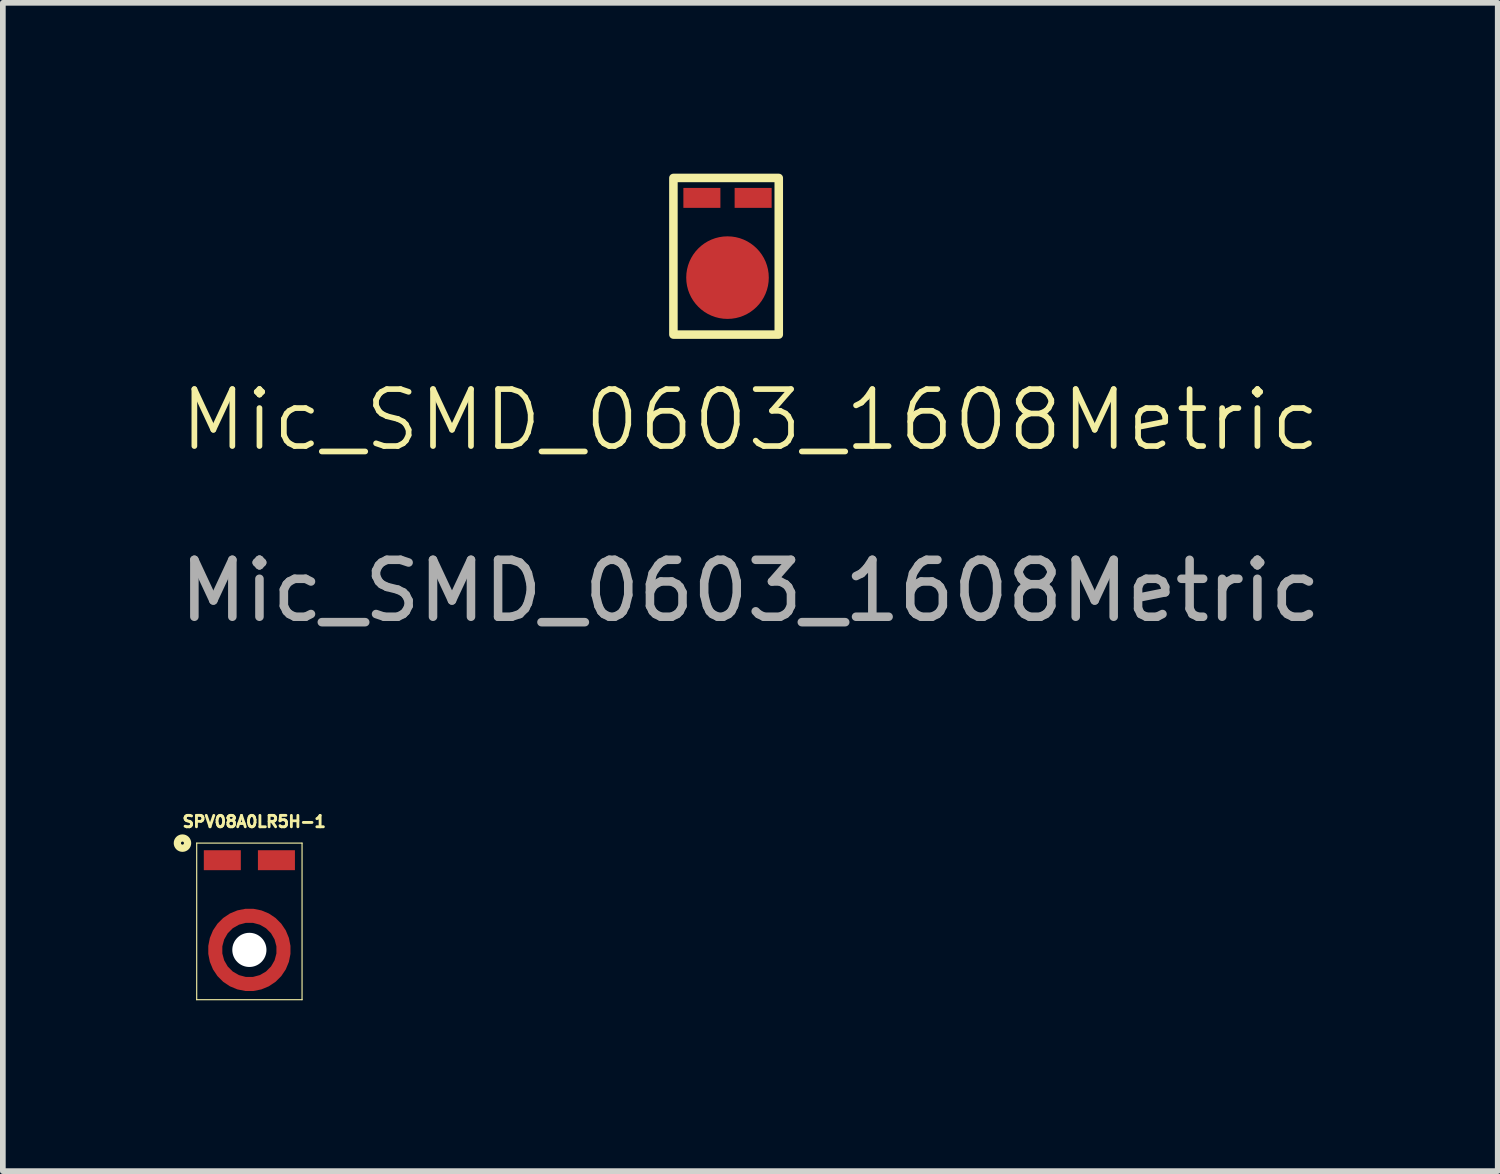
<source format=kicad_pcb>
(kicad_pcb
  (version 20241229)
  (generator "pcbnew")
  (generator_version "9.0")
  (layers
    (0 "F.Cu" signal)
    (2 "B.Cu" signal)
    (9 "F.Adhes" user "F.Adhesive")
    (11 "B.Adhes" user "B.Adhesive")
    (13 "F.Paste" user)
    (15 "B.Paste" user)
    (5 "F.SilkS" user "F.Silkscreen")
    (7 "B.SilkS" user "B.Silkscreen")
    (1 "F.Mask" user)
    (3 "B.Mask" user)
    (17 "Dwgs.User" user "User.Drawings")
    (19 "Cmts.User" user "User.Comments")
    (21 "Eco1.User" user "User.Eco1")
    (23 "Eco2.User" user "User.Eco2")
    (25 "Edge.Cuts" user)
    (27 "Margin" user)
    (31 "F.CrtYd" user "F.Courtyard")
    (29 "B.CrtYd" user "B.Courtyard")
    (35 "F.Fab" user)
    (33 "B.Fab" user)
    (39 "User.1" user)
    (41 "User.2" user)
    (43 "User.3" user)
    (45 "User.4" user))
  (footprint "SPV08A0LR5H-1"
    (layer "F.Cu")
    (at 1.329 13.63)
    (property "Reference" "SPV08A0LR5H-1" (at 0.085 -2.252 0) (layer "F.SilkS") (effects (font (size 0.2 0.2) (thickness 0.15))))
    (attr smd)
    (fp_circle (center 0 0) (end 0.222 0) (stroke (width 0.508) (type solid)) (fill no) (layer "F.Mask"))
    (fp_circle (center 0.001 0.001) (end 0.602 0.001) (stroke (width 0.254) (type solid)) (fill no) (layer "F.Mask"))
    (fp_line (start -0.925 -1.875) (end -0.925 0.875) (stroke (width 0.02) (type solid)) (layer "F.SilkS"))
    (fp_line (start -0.925 -1.875) (end 0.925 -1.875) (stroke (width 0.02) (type solid)) (layer "F.SilkS"))
    (fp_line (start -0.925 0.875) (end 0.925 0.875) (stroke (width 0.02) (type solid)) (layer "F.SilkS"))
    (fp_line (start 0.925 -1.875) (end 0.925 0.875) (stroke (width 0.02) (type solid)) (layer "F.SilkS"))
    (fp_circle (center -1.175 -1.875) (end -1.085 -1.875) (stroke (width 0.127) (type solid)) (fill no) (layer "F.SilkS"))
    (fp_arc (start -0.45 0.4) (mid -0.605552 0) (end -0.45 -0.4) (stroke (width 0.2) (type solid)) (layer "F.Paste"))
    (fp_arc (start -0.4 -0.45) (mid 0 -0.605552) (end 0.4 -0.45) (stroke (width 0.2) (type solid)) (layer "F.Paste"))
    (fp_arc (start 0.4 0.45) (mid 0 0.605552) (end -0.4 0.45) (stroke (width 0.2) (type solid)) (layer "F.Paste"))
    (fp_arc (start 0.45 -0.4) (mid 0.605552 0) (end 0.45 0.4) (stroke (width 0.2) (type solid)) (layer "F.Paste"))
    (fp_poly (pts (xy -0.78 -1.73) (xy -0.17 -1.73) (xy -0.17 -1.42) (xy -0.78 -1.42)) (stroke (width 0.01) (type solid)) (fill yes) (layer "F.Paste"))
    (fp_poly (pts (xy 0.17 -1.73) (xy 0.78 -1.73) (xy 0.78 -1.42) (xy 0.17 -1.42)) (stroke (width 0.01) (type solid)) (fill yes) (layer "F.Paste"))
    (pad "" np_thru_hole circle (at 0 0) (size 0.6 0.6) (drill 0.6) (layers "*.Cu" "*.Mask"))
    (pad "AGND" smd rect (at -0.6 0.02) (size 0.064 0.064) (layers "F.Cu"))
    (pad "AGND" smd custom (at -0.012 0.618) (size 0.124 0.164) (layers "F.Cu" "F.Mask" "F.Paste") (options (anchor circle)) (primitives (gr_poly (pts (xy -0.062 -0.057) (xy -0.037 -0.082) (xy 0.062 -0.082) (xy 0.062 0.082) (xy -0.062 0.082)) (width 0) (fill yes)) (gr_circle (center 0.012 -0.618) (end 0.612 -0.618) (width 0.25) (fill no))))
    (pad "OUT" smd rect (at 0.475 -1.575) (size 0.65 0.35) (layers "F.Cu" "F.Mask" "F.Paste"))
    (pad "VDDA" smd rect (at -0.475 -1.575) (size 0.65 0.35) (layers "F.Cu" "F.Mask" "F.Paste"))
    (zone (net_name "") (layer "F.Cu") (hatch full 0.508) (connect_pads) (min_thickness 0.508) (filled_areas_thickness no) (keepout (tracks not_allowed) (vias not_allowed) (pads not_allowed) (copperpour not_allowed) (footprints allowed)) (placement (enabled no)) (fill) (polygon (pts (xy 1.813 13.63) (xy 1.81 13.677) (xy 1.803 13.724) (xy 1.792 13.771) (xy 1.776 13.815) (xy 1.755 13.858) (xy 1.731 13.899) (xy 1.703 13.937) (xy 1.671 13.972) (xy 1.636 14.004) (xy 1.598 14.032) (xy 1.557 14.057) (xy 1.514 14.077) (xy 1.469 14.093) (xy 1.423 14.105) (xy 1.376 14.112) (xy 1.329 14.114) (xy 1.281 14.112) (xy 1.234 14.105) (xy 1.188 14.093) (xy 1.143 14.077) (xy 1.1 14.057) (xy 1.06 14.032) (xy 1.022 14.004) (xy 0.986 13.972) (xy 0.954 13.937) (xy 0.926 13.899) (xy 0.902 13.858) (xy 0.881 13.815) (xy 0.865 13.771) (xy 0.854 13.724) (xy 0.847 13.677) (xy 0.845 13.63) (xy 0.847 13.583) (xy 0.854 13.536) (xy 0.865 13.489) (xy 0.881 13.445) (xy 0.902 13.402) (xy 0.926 13.361) (xy 0.954 13.323) (xy 0.986 13.288) (xy 1.022 13.256) (xy 1.06 13.228) (xy 1.1 13.203) (xy 1.143 13.183) (xy 1.188 13.167) (xy 1.234 13.155) (xy 1.281 13.148) (xy 1.329 13.146) (xy 1.376 13.148) (xy 1.423 13.155) (xy 1.469 13.167) (xy 1.514 13.183) (xy 1.557 13.203) (xy 1.598 13.228) (xy 1.636 13.256) (xy 1.671 13.288) (xy 1.703 13.323) (xy 1.731 13.361) (xy 1.755 13.402) (xy 1.776 13.445) (xy 1.792 13.489) (xy 1.803 13.536) (xy 1.81 13.583)))))
  (footprint "Mic_SMD_0603_1608Metric"
    (layer "F.Cu")
    (at 8.775 2.825)
    (property "Reference" "Mic_SMD_0603_1608Metric" (at 1.35 1.5 0) (unlocked yes) (layer "F.SilkS") (effects (font (size 1 1) (thickness 0.1))))
    (attr smd)
    (fp_rect (start 0 -2.75) (end 1.85 0) (stroke (width 0.15) (type default)) (fill no) (layer "F.SilkS"))
    (fp_text user "${REFERENCE}" (at 1.35 4.5 0) (unlocked yes) (layer "F.Fab") (effects (font (size 1 1) (thickness 0.15))))
    (pad "1" smd rect (at 0.5 -2.4) (size 0.65 0.35) (layers "F.Cu" "F.Mask" "F.Paste"))
    (pad "2" smd rect (at 1.4 -2.4) (size 0.65 0.35) (layers "F.Cu" "F.Mask" "F.Paste"))
    (pad "3" smd circle (at 0.95 -1) (size 1.45 1.45) (layers "F.Cu" "F.Mask" "F.Paste")))
  (gr_rect
    (start -3 -3)
    (end 23.25 17.515)
    (stroke (width 0.1) (type default))
    (fill no)
    (layer "Edge.Cuts")))
</source>
